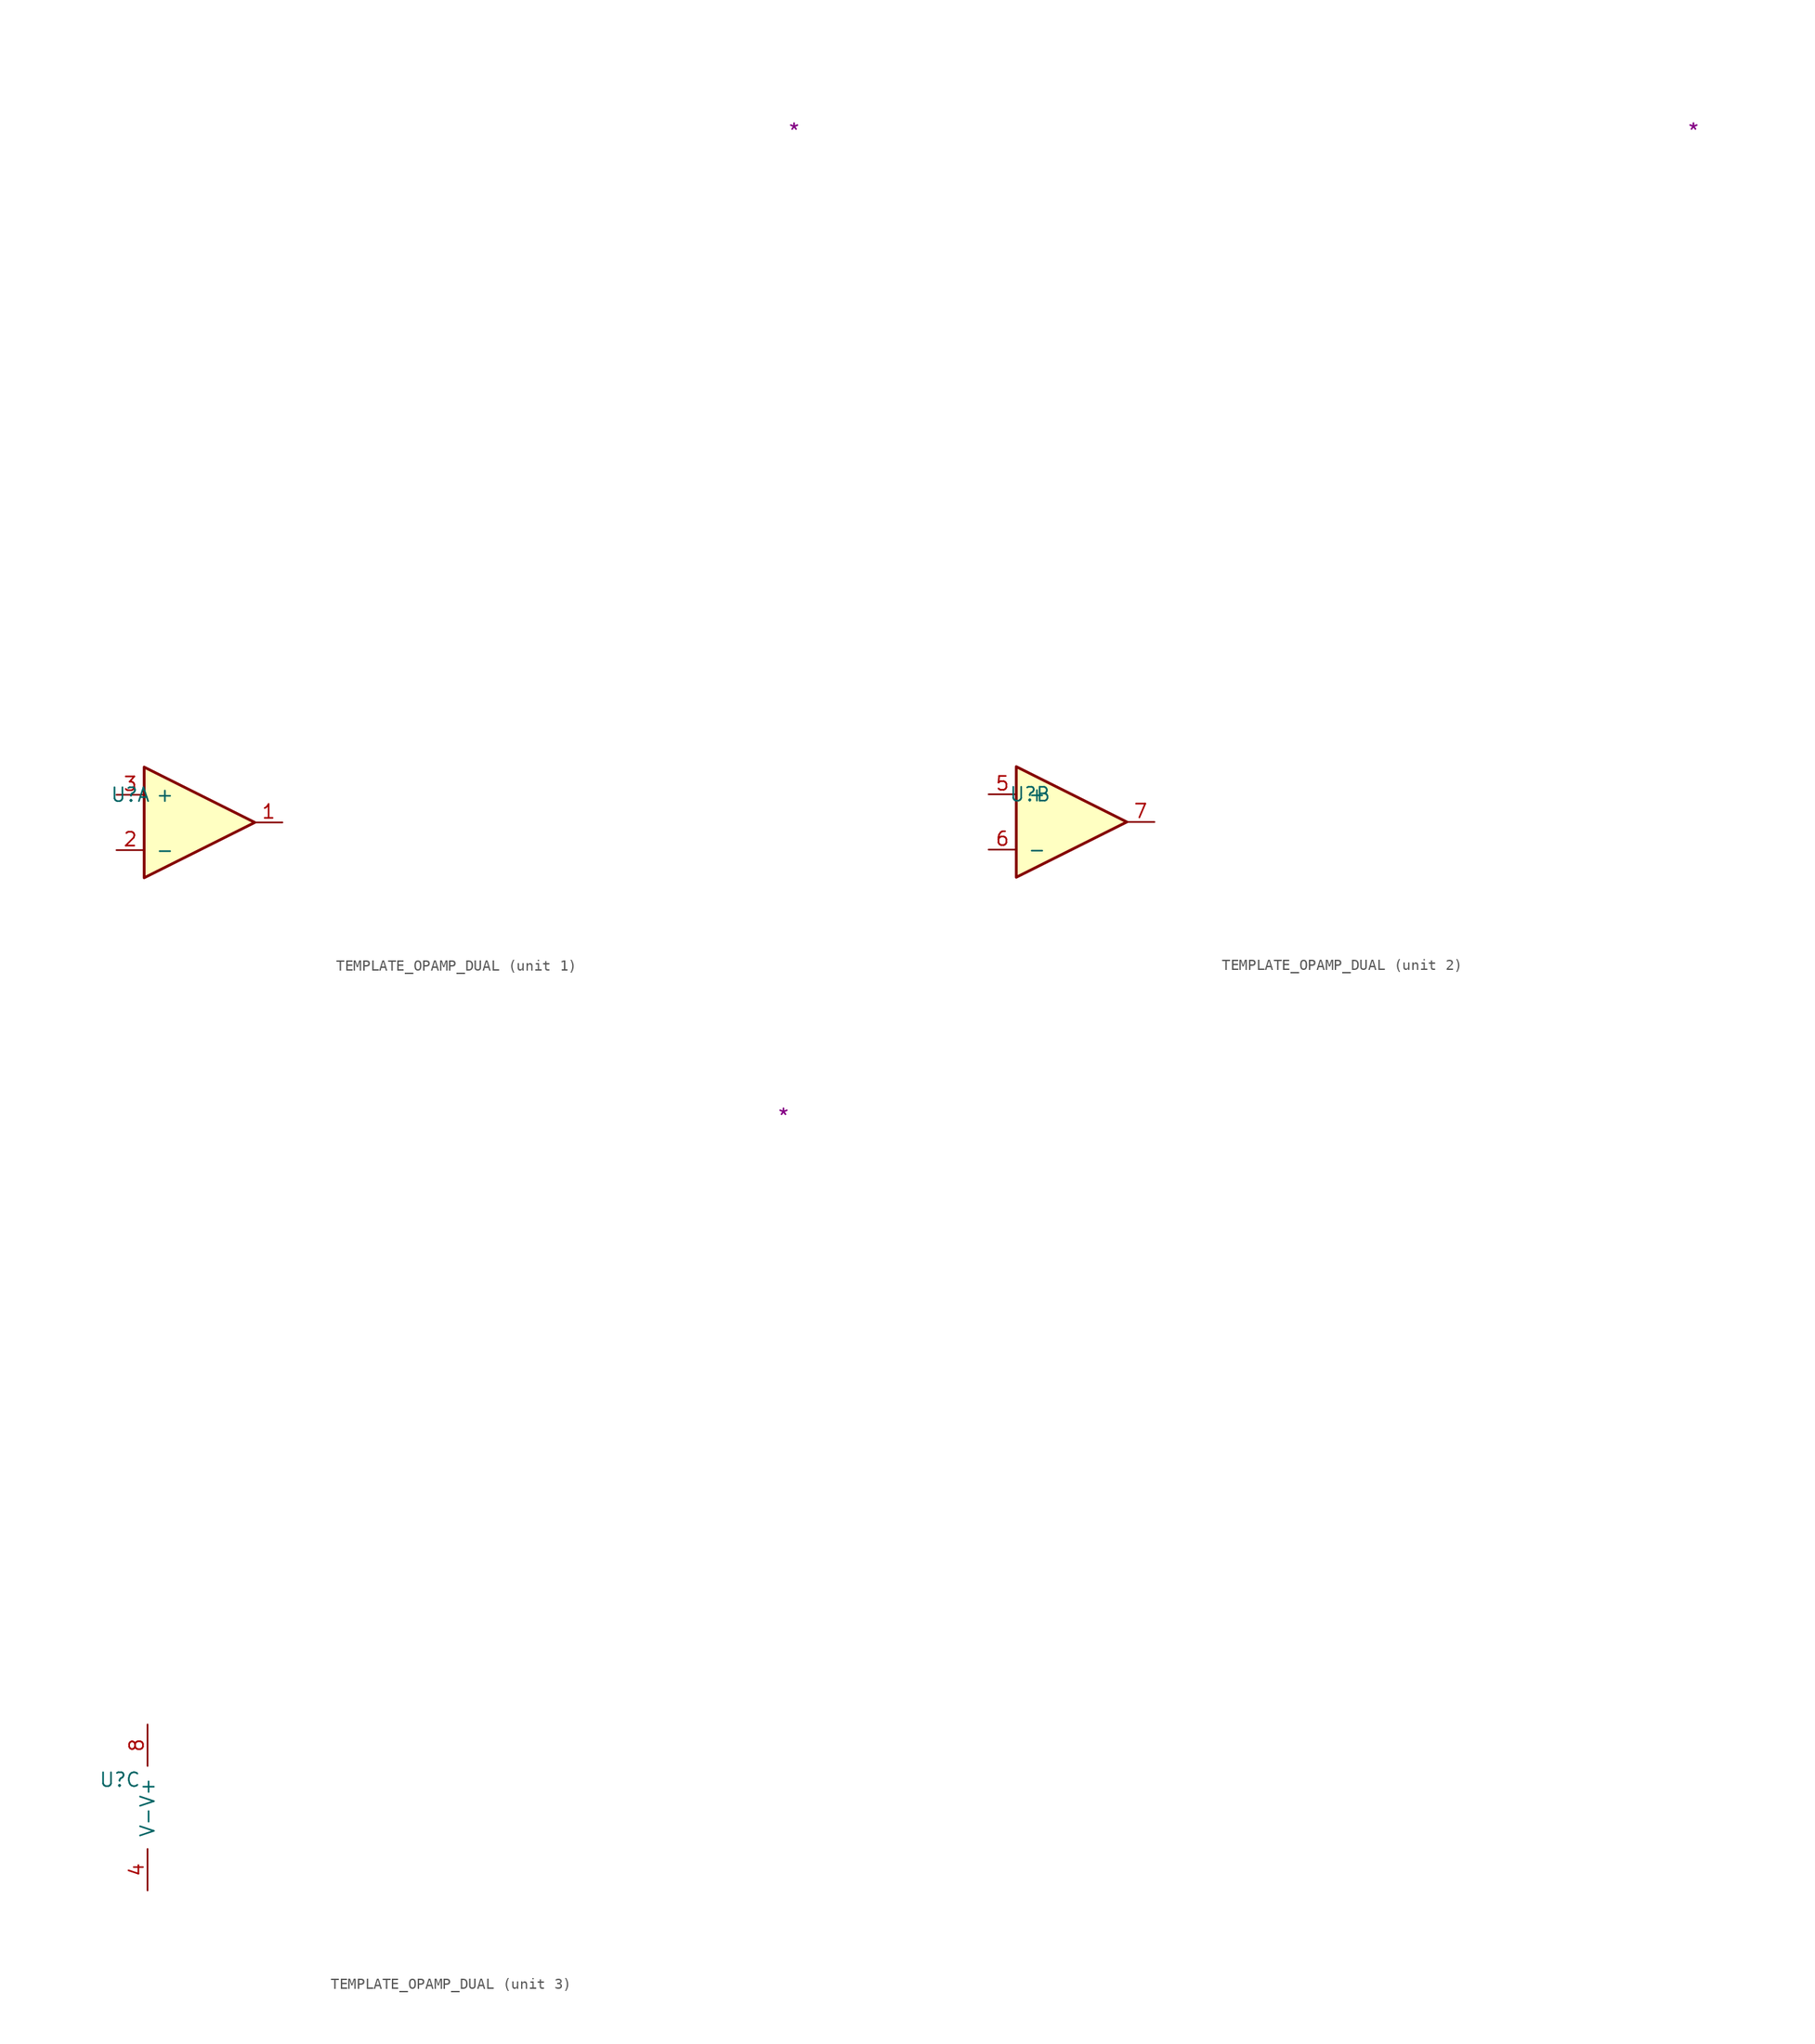
<source format=kicad_sym>
(kicad_symbol_lib
  (version 20220914)
  (generator kicad_symbol_editor)
  (symbol "TEMPLATE_OPAMP_DUAL"
    (pin_names
      (offset 1.016))
    (property "Reference" "U"
      (at -2.54 2.54 0)
      (effects (font (size 1.27 1.27))))
    (property "_Value_" "*"
      (at 58.42 63.5 0)
      (effects (font (size 1.27 1.27))))
    (property "ki_locked" ""
      (at 0 0 0)
      (effects (font (size 1.27 1.27))))
    (symbol "TEMPLATE_OPAMP_DUAL_1_1"
      (polyline (pts (xy -1.27 5.08) (xy 8.89 0) (xy -1.27 -5.08) (xy -1.27 5.08)) (stroke (width 0.254) (type default)) (fill (type background)))
      (pin output line (at 11.43 0 180) (length 2.54) (name "~" (effects (font (size 1.27 1.27)))) (number "1" (effects (font (size 1.27 1.27)))))
      (pin input line (at -3.81 -2.54 0) (length 2.54) (name "-" (effects (font (size 1.27 1.27)))) (number "2" (effects (font (size 1.27 1.27)))))
      (pin input line (at -3.81 2.54 0) (length 2.54) (name "+" (effects (font (size 1.27 1.27)))) (number "3" (effects (font (size 1.27 1.27))))))
    (symbol "TEMPLATE_OPAMP_DUAL_2_1"
      (polyline (pts (xy -3.81 5.08) (xy 6.35 0) (xy -3.81 -5.08) (xy -3.81 5.08)) (stroke (width 0.254) (type default)) (fill (type background)))
      (pin input line (at -6.35 2.54 0) (length 2.54) (name "+" (effects (font (size 1.27 1.27)))) (number "5" (effects (font (size 1.27 1.27)))))
      (pin input line (at -6.35 -2.54 0) (length 2.54) (name "-" (effects (font (size 1.27 1.27)))) (number "6" (effects (font (size 1.27 1.27)))))
      (pin output line (at 8.89 0 180) (length 2.54) (name "~" (effects (font (size 1.27 1.27)))) (number "7" (effects (font (size 1.27 1.27))))))
    (symbol "TEMPLATE_OPAMP_DUAL_3_1"
      (pin power_in line (at 0 -7.62 90) (length 3.81) (name "V-" (effects (font (size 1.27 1.27)))) (number "4" (effects (font (size 1.27 1.27)))))
      (pin power_in line (at 0 7.62 270) (length 3.81) (name "V+" (effects (font (size 1.27 1.27)))) (number "8" (effects (font (size 1.27 1.27))))))))
</source>
